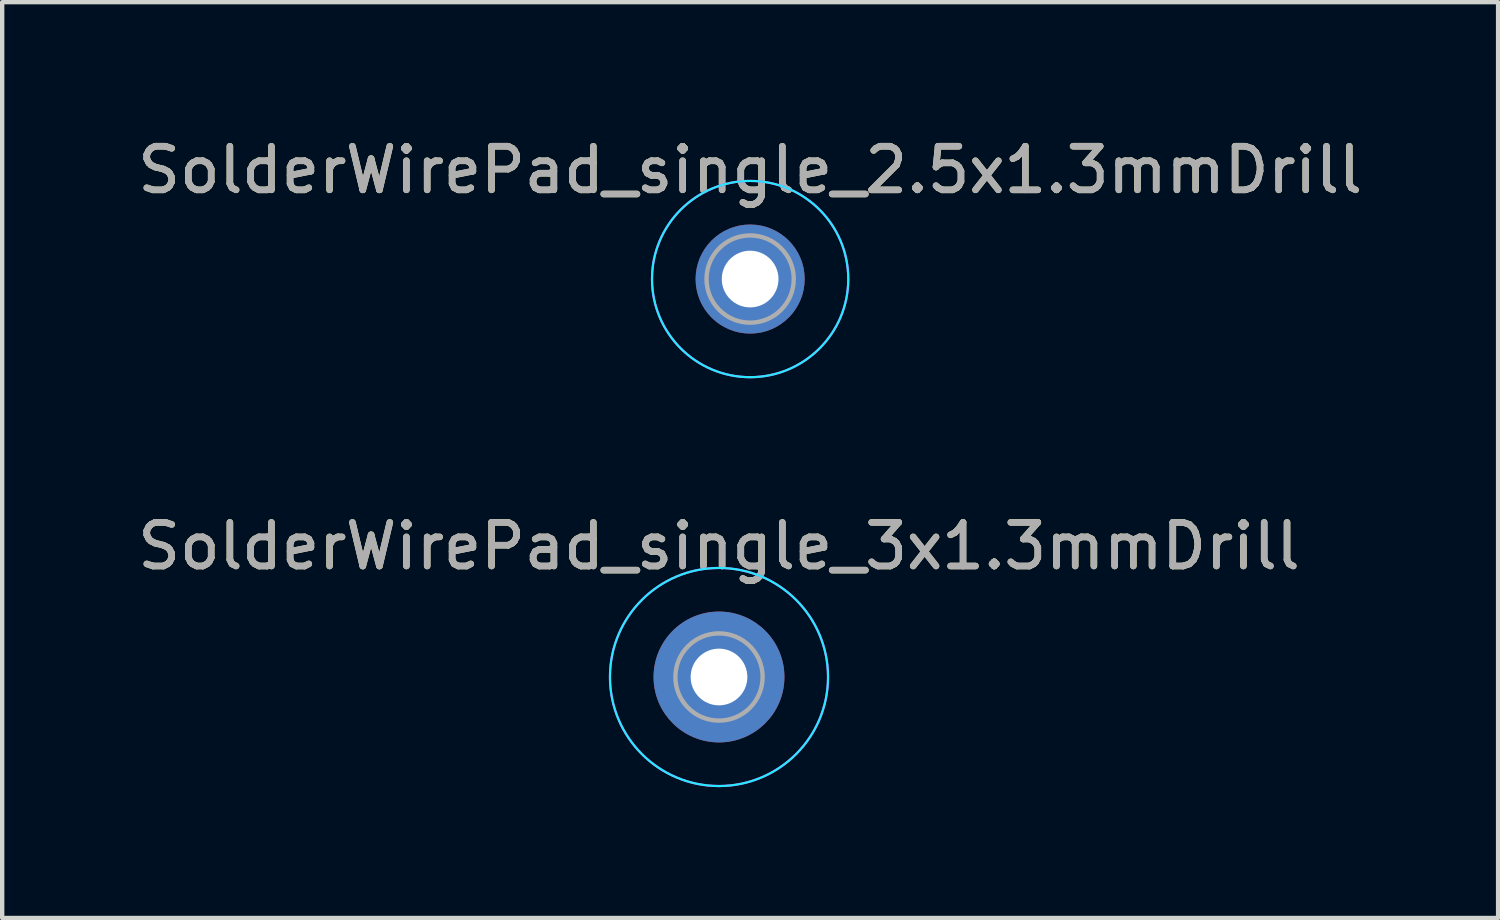
<source format=kicad_pcb>
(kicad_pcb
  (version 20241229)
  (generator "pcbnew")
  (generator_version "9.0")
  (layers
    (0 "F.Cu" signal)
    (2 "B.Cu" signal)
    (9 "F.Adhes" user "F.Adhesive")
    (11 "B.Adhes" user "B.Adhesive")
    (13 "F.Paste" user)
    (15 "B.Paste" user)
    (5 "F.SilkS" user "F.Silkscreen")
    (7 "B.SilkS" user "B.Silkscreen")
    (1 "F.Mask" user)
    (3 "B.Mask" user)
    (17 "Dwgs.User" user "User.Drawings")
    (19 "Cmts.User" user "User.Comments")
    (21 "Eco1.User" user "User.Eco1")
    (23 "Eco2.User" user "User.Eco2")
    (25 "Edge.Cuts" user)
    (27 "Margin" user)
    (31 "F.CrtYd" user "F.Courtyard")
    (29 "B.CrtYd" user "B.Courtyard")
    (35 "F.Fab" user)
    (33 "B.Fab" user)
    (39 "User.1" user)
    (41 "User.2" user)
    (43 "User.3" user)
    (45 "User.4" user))
  (footprint "SolderWirePad_single_2.5x1.3mmDrill"
    (layer "F.Cu")
    (at 14.149 3.348)
    (property "Reference" "SolderWirePad_single_2.5x1.3mmDrill" (at 0 -2.5 0) (layer "F.SilkS") (effects (font (size 1 1) (thickness 0.15))))
    (attr through_hole)
    (fp_circle (center 0 0) (end 2.25 0) (stroke (width 0.05) (type solid)) (fill no) (layer "B.CrtYd"))
    (fp_circle (center 0 0) (end 2.25 0) (stroke (width 0.05) (type solid)) (fill no) (layer "F.CrtYd"))
    (fp_circle (center 0 0) (end 0 -1) (stroke (width 0.1) (type solid)) (fill no) (layer "F.Fab"))
    (fp_circle (center 0 0) (end 0 -0.4) (stroke (width 0.1) (type solid)) (fill no) (layer "F.Fab"))
    (fp_text user "${REFERENCE}" (at 0 -2.5 0) (layer "F.Fab") (effects (font (size 1 1) (thickness 0.15))))
    (pad "1" thru_hole circle (at 0 0) (size 2.5 2.5) (drill 1.3) (layers "*.Cu" "*.Mask")))
  (footprint "SolderWirePad_single_3x1.3mmDrill"
    (layer "F.Cu")
    (at 13.435 12.472)
    (property "Reference" "SolderWirePad_single_3x1.3mmDrill" (at 0 -3 0) (layer "F.SilkS") (effects (font (size 1 1) (thickness 0.15))))
    (attr through_hole)
    (fp_circle (center 0 0) (end 2.5 0) (stroke (width 0.05) (type solid)) (fill no) (layer "B.CrtYd"))
    (fp_circle (center 0 0) (end 2.5 0) (stroke (width 0.05) (type solid)) (fill no) (layer "F.CrtYd"))
    (fp_circle (center 0 0) (end 0 -1) (stroke (width 0.1) (type solid)) (fill no) (layer "F.Fab"))
    (fp_circle (center 0 0) (end 0.4 0) (stroke (width 0.1) (type solid)) (fill no) (layer "F.Fab"))
    (fp_text user "${REFERENCE}" (at 0 -3 0) (layer "F.Fab") (effects (font (size 1 1) (thickness 0.15))))
    (pad "1" thru_hole circle (at 0 0) (size 3 3) (drill 1.3) (layers "*.Cu" "*.Mask")))
  (gr_rect
    (start -3 -3)
    (end 31.298 17.997)
    (stroke (width 0.1) (type default))
    (fill no)
    (layer "Edge.Cuts")))
</source>
